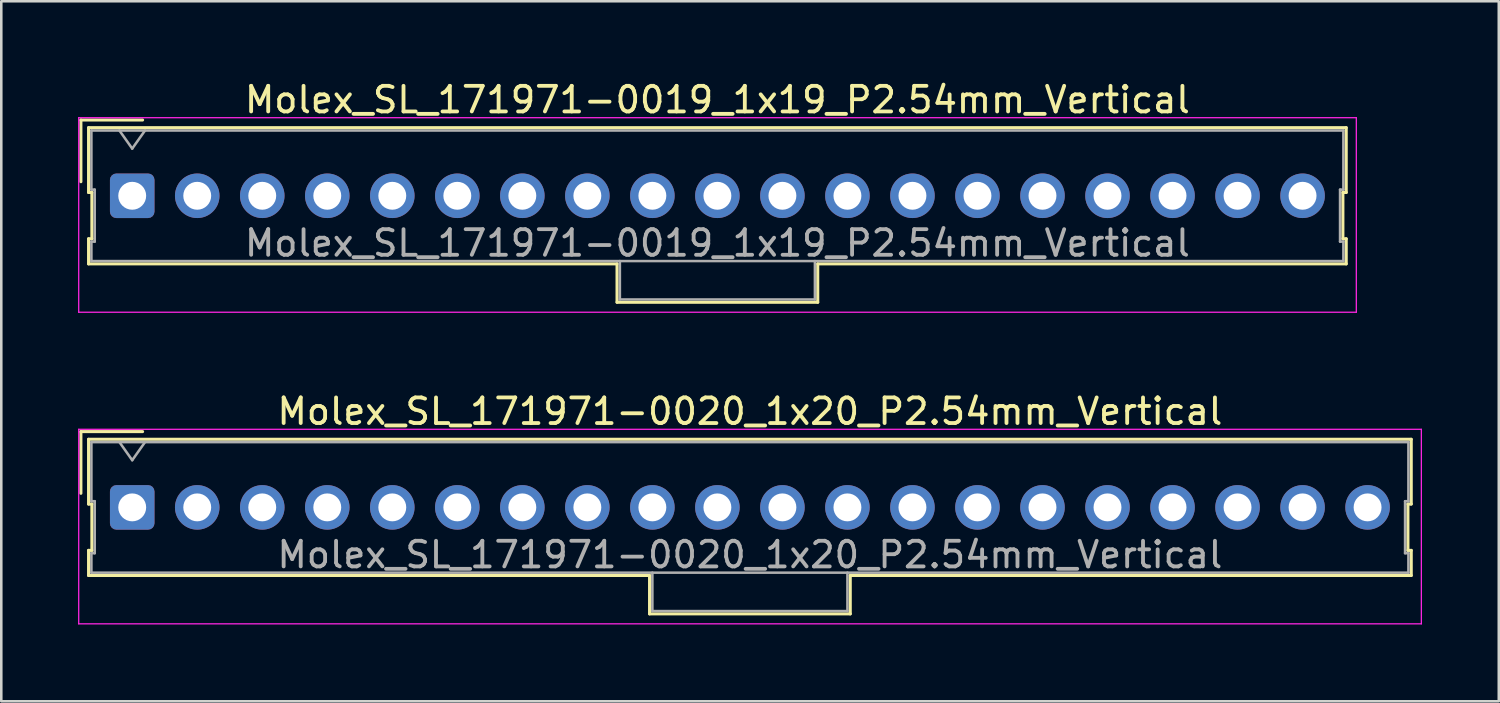
<source format=kicad_pcb>
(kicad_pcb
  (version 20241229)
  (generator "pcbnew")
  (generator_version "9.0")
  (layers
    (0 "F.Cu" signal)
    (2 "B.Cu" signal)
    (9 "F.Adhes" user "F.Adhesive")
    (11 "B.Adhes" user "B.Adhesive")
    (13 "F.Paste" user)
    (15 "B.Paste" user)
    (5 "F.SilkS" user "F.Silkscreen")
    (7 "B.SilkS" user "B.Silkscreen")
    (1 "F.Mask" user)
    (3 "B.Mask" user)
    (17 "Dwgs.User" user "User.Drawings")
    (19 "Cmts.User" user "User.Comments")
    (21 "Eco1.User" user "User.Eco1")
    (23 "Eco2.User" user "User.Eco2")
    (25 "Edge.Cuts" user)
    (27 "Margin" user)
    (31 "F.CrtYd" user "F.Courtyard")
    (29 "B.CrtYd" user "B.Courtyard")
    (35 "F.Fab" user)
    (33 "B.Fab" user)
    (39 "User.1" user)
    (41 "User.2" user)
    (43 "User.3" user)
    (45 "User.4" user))
  (footprint "Molex_SL_171971-0019_1x19_P2.54mm_Vertical"
    (layer "F.Cu")
    (at 2.115 4.598)
    (property "Reference" "Molex_SL_171971-0019_1x19_P2.54mm_Vertical" (at 22.86 -3.75 0) (layer "F.SilkS") (effects (font (size 1 1) (thickness 0.15))))
    (attr through_hole)
    (fp_line (start -2.005 -2.96) (end 0.405 -2.96) (stroke (width 0.12) (type solid)) (layer "F.SilkS"))
    (fp_line (start -2.005 -0.55) (end -2.005 -2.96) (stroke (width 0.12) (type solid)) (layer "F.SilkS"))
    (fp_line (start -1.705 -2.66) (end -1.705 -0.13) (stroke (width 0.12) (type solid)) (layer "F.SilkS"))
    (fp_line (start -1.705 -0.13) (end -1.575 -0.13) (stroke (width 0.12) (type solid)) (layer "F.SilkS"))
    (fp_line (start -1.705 1.68) (end -1.705 2.66) (stroke (width 0.12) (type solid)) (layer "F.SilkS"))
    (fp_line (start -1.705 2.66) (end 18.94 2.66) (stroke (width 0.12) (type solid)) (layer "F.SilkS"))
    (fp_line (start -1.575 -0.13) (end -1.575 1.68) (stroke (width 0.12) (type solid)) (layer "F.SilkS"))
    (fp_line (start -1.575 1.68) (end -1.705 1.68) (stroke (width 0.12) (type solid)) (layer "F.SilkS"))
    (fp_line (start 18.94 2.66) (end 18.94 4.16) (stroke (width 0.12) (type solid)) (layer "F.SilkS"))
    (fp_line (start 18.94 4.16) (end 26.78 4.16) (stroke (width 0.12) (type solid)) (layer "F.SilkS"))
    (fp_line (start 26.78 2.66) (end 47.425 2.66) (stroke (width 0.12) (type solid)) (layer "F.SilkS"))
    (fp_line (start 26.78 4.16) (end 26.78 2.66) (stroke (width 0.12) (type solid)) (layer "F.SilkS"))
    (fp_line (start 47.295 -0.13) (end 47.425 -0.13) (stroke (width 0.12) (type solid)) (layer "F.SilkS"))
    (fp_line (start 47.295 1.68) (end 47.295 -0.13) (stroke (width 0.12) (type solid)) (layer "F.SilkS"))
    (fp_line (start 47.425 -2.66) (end -1.705 -2.66) (stroke (width 0.12) (type solid)) (layer "F.SilkS"))
    (fp_line (start 47.425 -0.13) (end 47.425 -2.66) (stroke (width 0.12) (type solid)) (layer "F.SilkS"))
    (fp_line (start 47.425 1.68) (end 47.295 1.68) (stroke (width 0.12) (type solid)) (layer "F.SilkS"))
    (fp_line (start 47.425 2.66) (end 47.425 1.68) (stroke (width 0.12) (type solid)) (layer "F.SilkS"))
    (fp_line (start -2.09 -3.05) (end -2.09 4.55) (stroke (width 0.05) (type solid)) (layer "F.CrtYd"))
    (fp_line (start -2.09 4.55) (end 47.82 4.55) (stroke (width 0.05) (type solid)) (layer "F.CrtYd"))
    (fp_line (start 47.82 -3.05) (end -2.09 -3.05) (stroke (width 0.05) (type solid)) (layer "F.CrtYd"))
    (fp_line (start 47.82 4.55) (end 47.82 -3.05) (stroke (width 0.05) (type solid)) (layer "F.CrtYd"))
    (fp_line (start -1.595 -2.55) (end -1.595 -0.24) (stroke (width 0.1) (type solid)) (layer "F.Fab"))
    (fp_line (start -1.595 -0.24) (end -1.465 -0.24) (stroke (width 0.1) (type solid)) (layer "F.Fab"))
    (fp_line (start -1.595 1.79) (end -1.595 2.55) (stroke (width 0.1) (type solid)) (layer "F.Fab"))
    (fp_line (start -1.595 2.55) (end 47.315 2.55) (stroke (width 0.1) (type solid)) (layer "F.Fab"))
    (fp_line (start -1.465 -0.24) (end -1.465 1.79) (stroke (width 0.1) (type solid)) (layer "F.Fab"))
    (fp_line (start -1.465 1.79) (end -1.595 1.79) (stroke (width 0.1) (type solid)) (layer "F.Fab"))
    (fp_line (start 0 -1.843) (end -0.5 -2.55) (stroke (width 0.1) (type solid)) (layer "F.Fab"))
    (fp_line (start 0.5 -2.55) (end 0 -1.843) (stroke (width 0.1) (type solid)) (layer "F.Fab"))
    (fp_line (start 19.05 2.55) (end 19.05 4.05) (stroke (width 0.1) (type solid)) (layer "F.Fab"))
    (fp_line (start 19.05 4.05) (end 26.67 4.05) (stroke (width 0.1) (type solid)) (layer "F.Fab"))
    (fp_line (start 26.67 4.05) (end 26.67 2.55) (stroke (width 0.1) (type solid)) (layer "F.Fab"))
    (fp_line (start 47.185 -0.24) (end 47.315 -0.24) (stroke (width 0.1) (type solid)) (layer "F.Fab"))
    (fp_line (start 47.185 1.79) (end 47.185 -0.24) (stroke (width 0.1) (type solid)) (layer "F.Fab"))
    (fp_line (start 47.315 -2.55) (end -1.595 -2.55) (stroke (width 0.1) (type solid)) (layer "F.Fab"))
    (fp_line (start 47.315 -0.24) (end 47.315 -2.55) (stroke (width 0.1) (type solid)) (layer "F.Fab"))
    (fp_line (start 47.315 1.79) (end 47.185 1.79) (stroke (width 0.1) (type solid)) (layer "F.Fab"))
    (fp_line (start 47.315 2.55) (end 47.315 1.79) (stroke (width 0.1) (type solid)) (layer "F.Fab"))
    (fp_text user "${REFERENCE}" (at 22.86 1.85 0) (layer "F.Fab") (effects (font (size 1 1) (thickness 0.15))))
    (pad "1" thru_hole roundrect (at 0 0) (size 1.74 1.74) (drill 1.09) (layers "*.Cu" "*.Mask") (roundrect_rratio 0.144))
    (pad "2" thru_hole circle (at 2.54 0) (size 1.74 1.74) (drill 1.09) (layers "*.Cu" "*.Mask"))
    (pad "3" thru_hole circle (at 5.08 0) (size 1.74 1.74) (drill 1.09) (layers "*.Cu" "*.Mask"))
    (pad "4" thru_hole circle (at 7.62 0) (size 1.74 1.74) (drill 1.09) (layers "*.Cu" "*.Mask"))
    (pad "5" thru_hole circle (at 10.16 0) (size 1.74 1.74) (drill 1.09) (layers "*.Cu" "*.Mask"))
    (pad "6" thru_hole circle (at 12.7 0) (size 1.74 1.74) (drill 1.09) (layers "*.Cu" "*.Mask"))
    (pad "7" thru_hole circle (at 15.24 0) (size 1.74 1.74) (drill 1.09) (layers "*.Cu" "*.Mask"))
    (pad "8" thru_hole circle (at 17.78 0) (size 1.74 1.74) (drill 1.09) (layers "*.Cu" "*.Mask"))
    (pad "9" thru_hole circle (at 20.32 0) (size 1.74 1.74) (drill 1.09) (layers "*.Cu" "*.Mask"))
    (pad "10" thru_hole circle (at 22.86 0) (size 1.74 1.74) (drill 1.09) (layers "*.Cu" "*.Mask"))
    (pad "11" thru_hole circle (at 25.4 0) (size 1.74 1.74) (drill 1.09) (layers "*.Cu" "*.Mask"))
    (pad "12" thru_hole circle (at 27.94 0) (size 1.74 1.74) (drill 1.09) (layers "*.Cu" "*.Mask"))
    (pad "13" thru_hole circle (at 30.48 0) (size 1.74 1.74) (drill 1.09) (layers "*.Cu" "*.Mask"))
    (pad "14" thru_hole circle (at 33.02 0) (size 1.74 1.74) (drill 1.09) (layers "*.Cu" "*.Mask"))
    (pad "15" thru_hole circle (at 35.56 0) (size 1.74 1.74) (drill 1.09) (layers "*.Cu" "*.Mask"))
    (pad "16" thru_hole circle (at 38.1 0) (size 1.74 1.74) (drill 1.09) (layers "*.Cu" "*.Mask"))
    (pad "17" thru_hole circle (at 40.64 0) (size 1.74 1.74) (drill 1.09) (layers "*.Cu" "*.Mask"))
    (pad "18" thru_hole circle (at 43.18 0) (size 1.74 1.74) (drill 1.09) (layers "*.Cu" "*.Mask"))
    (pad "19" thru_hole circle (at 45.72 0) (size 1.74 1.74) (drill 1.09) (layers "*.Cu" "*.Mask")))
  (footprint "Molex_SL_171971-0020_1x20_P2.54mm_Vertical"
    (layer "F.Cu")
    (at 2.115 16.771)
    (property "Reference" "Molex_SL_171971-0020_1x20_P2.54mm_Vertical" (at 24.13 -3.75 0) (layer "F.SilkS") (effects (font (size 1 1) (thickness 0.15))))
    (attr through_hole)
    (fp_line (start -2.005 -2.96) (end 0.405 -2.96) (stroke (width 0.12) (type solid)) (layer "F.SilkS"))
    (fp_line (start -2.005 -0.55) (end -2.005 -2.96) (stroke (width 0.12) (type solid)) (layer "F.SilkS"))
    (fp_line (start -1.705 -2.66) (end -1.705 -0.13) (stroke (width 0.12) (type solid)) (layer "F.SilkS"))
    (fp_line (start -1.705 -0.13) (end -1.575 -0.13) (stroke (width 0.12) (type solid)) (layer "F.SilkS"))
    (fp_line (start -1.705 1.68) (end -1.705 2.66) (stroke (width 0.12) (type solid)) (layer "F.SilkS"))
    (fp_line (start -1.705 2.66) (end 20.21 2.66) (stroke (width 0.12) (type solid)) (layer "F.SilkS"))
    (fp_line (start -1.575 -0.13) (end -1.575 1.68) (stroke (width 0.12) (type solid)) (layer "F.SilkS"))
    (fp_line (start -1.575 1.68) (end -1.705 1.68) (stroke (width 0.12) (type solid)) (layer "F.SilkS"))
    (fp_line (start 20.21 2.66) (end 20.21 4.16) (stroke (width 0.12) (type solid)) (layer "F.SilkS"))
    (fp_line (start 20.21 4.16) (end 28.05 4.16) (stroke (width 0.12) (type solid)) (layer "F.SilkS"))
    (fp_line (start 28.05 2.66) (end 49.965 2.66) (stroke (width 0.12) (type solid)) (layer "F.SilkS"))
    (fp_line (start 28.05 4.16) (end 28.05 2.66) (stroke (width 0.12) (type solid)) (layer "F.SilkS"))
    (fp_line (start 49.835 -0.13) (end 49.965 -0.13) (stroke (width 0.12) (type solid)) (layer "F.SilkS"))
    (fp_line (start 49.835 1.68) (end 49.835 -0.13) (stroke (width 0.12) (type solid)) (layer "F.SilkS"))
    (fp_line (start 49.965 -2.66) (end -1.705 -2.66) (stroke (width 0.12) (type solid)) (layer "F.SilkS"))
    (fp_line (start 49.965 -0.13) (end 49.965 -2.66) (stroke (width 0.12) (type solid)) (layer "F.SilkS"))
    (fp_line (start 49.965 1.68) (end 49.835 1.68) (stroke (width 0.12) (type solid)) (layer "F.SilkS"))
    (fp_line (start 49.965 2.66) (end 49.965 1.68) (stroke (width 0.12) (type solid)) (layer "F.SilkS"))
    (fp_line (start -2.09 -3.05) (end -2.09 4.55) (stroke (width 0.05) (type solid)) (layer "F.CrtYd"))
    (fp_line (start -2.09 4.55) (end 50.36 4.55) (stroke (width 0.05) (type solid)) (layer "F.CrtYd"))
    (fp_line (start 50.36 -3.05) (end -2.09 -3.05) (stroke (width 0.05) (type solid)) (layer "F.CrtYd"))
    (fp_line (start 50.36 4.55) (end 50.36 -3.05) (stroke (width 0.05) (type solid)) (layer "F.CrtYd"))
    (fp_line (start -1.595 -2.55) (end -1.595 -0.24) (stroke (width 0.1) (type solid)) (layer "F.Fab"))
    (fp_line (start -1.595 -0.24) (end -1.465 -0.24) (stroke (width 0.1) (type solid)) (layer "F.Fab"))
    (fp_line (start -1.595 1.79) (end -1.595 2.55) (stroke (width 0.1) (type solid)) (layer "F.Fab"))
    (fp_line (start -1.595 2.55) (end 49.855 2.55) (stroke (width 0.1) (type solid)) (layer "F.Fab"))
    (fp_line (start -1.465 -0.24) (end -1.465 1.79) (stroke (width 0.1) (type solid)) (layer "F.Fab"))
    (fp_line (start -1.465 1.79) (end -1.595 1.79) (stroke (width 0.1) (type solid)) (layer "F.Fab"))
    (fp_line (start 0 -1.843) (end -0.5 -2.55) (stroke (width 0.1) (type solid)) (layer "F.Fab"))
    (fp_line (start 0.5 -2.55) (end 0 -1.843) (stroke (width 0.1) (type solid)) (layer "F.Fab"))
    (fp_line (start 20.32 2.55) (end 20.32 4.05) (stroke (width 0.1) (type solid)) (layer "F.Fab"))
    (fp_line (start 20.32 4.05) (end 27.94 4.05) (stroke (width 0.1) (type solid)) (layer "F.Fab"))
    (fp_line (start 27.94 4.05) (end 27.94 2.55) (stroke (width 0.1) (type solid)) (layer "F.Fab"))
    (fp_line (start 49.725 -0.24) (end 49.855 -0.24) (stroke (width 0.1) (type solid)) (layer "F.Fab"))
    (fp_line (start 49.725 1.79) (end 49.725 -0.24) (stroke (width 0.1) (type solid)) (layer "F.Fab"))
    (fp_line (start 49.855 -2.55) (end -1.595 -2.55) (stroke (width 0.1) (type solid)) (layer "F.Fab"))
    (fp_line (start 49.855 -0.24) (end 49.855 -2.55) (stroke (width 0.1) (type solid)) (layer "F.Fab"))
    (fp_line (start 49.855 1.79) (end 49.725 1.79) (stroke (width 0.1) (type solid)) (layer "F.Fab"))
    (fp_line (start 49.855 2.55) (end 49.855 1.79) (stroke (width 0.1) (type solid)) (layer "F.Fab"))
    (fp_text user "${REFERENCE}" (at 24.13 1.85 0) (layer "F.Fab") (effects (font (size 1 1) (thickness 0.15))))
    (pad "1" thru_hole roundrect (at 0 0) (size 1.74 1.74) (drill 1.09) (layers "*.Cu" "*.Mask") (roundrect_rratio 0.144))
    (pad "2" thru_hole circle (at 2.54 0) (size 1.74 1.74) (drill 1.09) (layers "*.Cu" "*.Mask"))
    (pad "3" thru_hole circle (at 5.08 0) (size 1.74 1.74) (drill 1.09) (layers "*.Cu" "*.Mask"))
    (pad "4" thru_hole circle (at 7.62 0) (size 1.74 1.74) (drill 1.09) (layers "*.Cu" "*.Mask"))
    (pad "5" thru_hole circle (at 10.16 0) (size 1.74 1.74) (drill 1.09) (layers "*.Cu" "*.Mask"))
    (pad "6" thru_hole circle (at 12.7 0) (size 1.74 1.74) (drill 1.09) (layers "*.Cu" "*.Mask"))
    (pad "7" thru_hole circle (at 15.24 0) (size 1.74 1.74) (drill 1.09) (layers "*.Cu" "*.Mask"))
    (pad "8" thru_hole circle (at 17.78 0) (size 1.74 1.74) (drill 1.09) (layers "*.Cu" "*.Mask"))
    (pad "9" thru_hole circle (at 20.32 0) (size 1.74 1.74) (drill 1.09) (layers "*.Cu" "*.Mask"))
    (pad "10" thru_hole circle (at 22.86 0) (size 1.74 1.74) (drill 1.09) (layers "*.Cu" "*.Mask"))
    (pad "11" thru_hole circle (at 25.4 0) (size 1.74 1.74) (drill 1.09) (layers "*.Cu" "*.Mask"))
    (pad "12" thru_hole circle (at 27.94 0) (size 1.74 1.74) (drill 1.09) (layers "*.Cu" "*.Mask"))
    (pad "13" thru_hole circle (at 30.48 0) (size 1.74 1.74) (drill 1.09) (layers "*.Cu" "*.Mask"))
    (pad "14" thru_hole circle (at 33.02 0) (size 1.74 1.74) (drill 1.09) (layers "*.Cu" "*.Mask"))
    (pad "15" thru_hole circle (at 35.56 0) (size 1.74 1.74) (drill 1.09) (layers "*.Cu" "*.Mask"))
    (pad "16" thru_hole circle (at 38.1 0) (size 1.74 1.74) (drill 1.09) (layers "*.Cu" "*.Mask"))
    (pad "17" thru_hole circle (at 40.64 0) (size 1.74 1.74) (drill 1.09) (layers "*.Cu" "*.Mask"))
    (pad "18" thru_hole circle (at 43.18 0) (size 1.74 1.74) (drill 1.09) (layers "*.Cu" "*.Mask"))
    (pad "19" thru_hole circle (at 45.72 0) (size 1.74 1.74) (drill 1.09) (layers "*.Cu" "*.Mask"))
    (pad "20" thru_hole circle (at 48.26 0) (size 1.74 1.74) (drill 1.09) (layers "*.Cu" "*.Mask")))
  (gr_rect
    (start -3 -3)
    (end 55.5 24.346)
    (stroke (width 0.1) (type default))
    (fill no)
    (layer "Edge.Cuts")))
</source>
